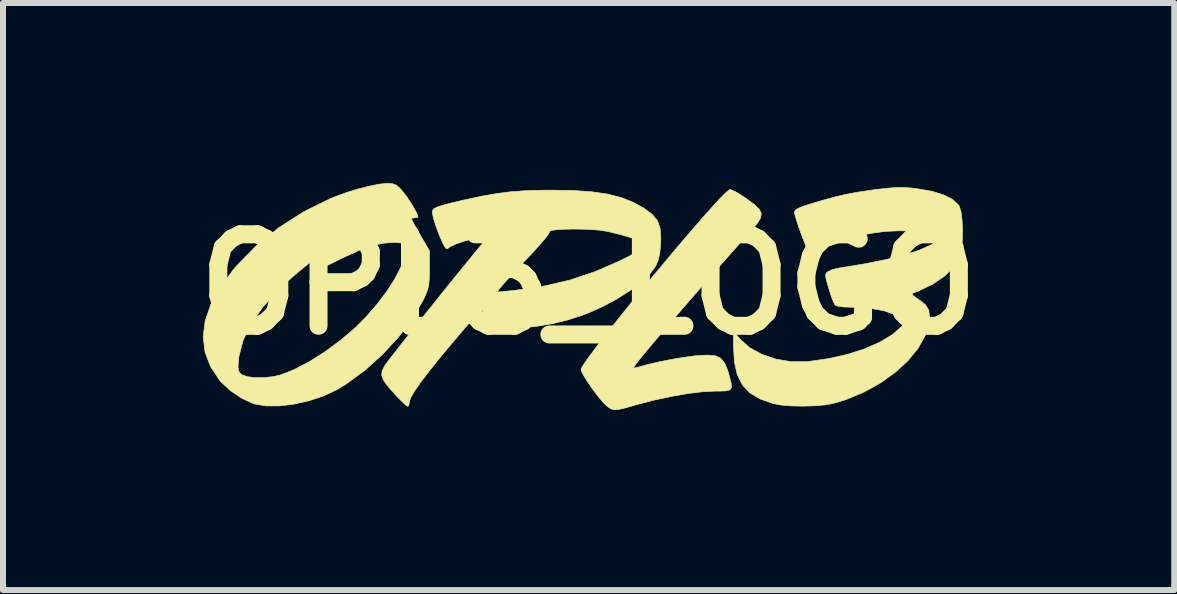
<source format=kicad_pcb>
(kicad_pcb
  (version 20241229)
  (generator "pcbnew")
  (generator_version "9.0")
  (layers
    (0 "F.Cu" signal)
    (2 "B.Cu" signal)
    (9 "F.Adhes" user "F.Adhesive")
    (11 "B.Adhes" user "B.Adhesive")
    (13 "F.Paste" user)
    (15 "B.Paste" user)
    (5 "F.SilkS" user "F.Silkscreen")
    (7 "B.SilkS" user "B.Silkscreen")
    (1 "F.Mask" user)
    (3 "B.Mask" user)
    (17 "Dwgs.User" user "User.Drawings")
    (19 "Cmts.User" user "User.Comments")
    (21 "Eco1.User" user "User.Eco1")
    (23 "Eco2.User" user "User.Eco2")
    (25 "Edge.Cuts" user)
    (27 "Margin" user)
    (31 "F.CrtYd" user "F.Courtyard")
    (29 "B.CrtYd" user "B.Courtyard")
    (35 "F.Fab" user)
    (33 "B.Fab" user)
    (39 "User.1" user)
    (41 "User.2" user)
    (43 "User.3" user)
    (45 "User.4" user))
  (footprint "OPL3_LOGO"
    (layer "F.Cu")
    (at 6.756 1.688)
    (property "Reference" "OPL3_LOGO" (at 0 0 0) (layer "F.SilkS") (effects (font (size 1.524 1.524) (thickness 0.3))))
    (attr through_hole)
    (fp_poly (pts (xy 2.399 -1.567) (xy 2.482 -1.524) (xy 2.586 -1.458) (xy 2.638 -1.422) (xy 2.763 -1.329) (xy 2.842 -1.253) (xy 2.877 -1.184) (xy 2.866 -1.109) (xy 2.811 -1.017) (xy 2.711 -0.897) (xy 2.647 -0.826) (xy 2.463 -0.621) (xy 2.27 -0.403) (xy 2.071 -0.178) (xy 1.871 0.051) (xy 1.675 0.276) (xy 1.486 0.495) (xy 1.31 0.7) (xy 1.149 0.889) (xy 1.01 1.054) (xy 0.895 1.193) (xy 0.81 1.298) (xy 0.759 1.366) (xy 0.745 1.391) (xy 0.781 1.39) (xy 0.851 1.373) (xy 0.863 1.369) (xy 1.002 1.33) (xy 1.182 1.289) (xy 1.382 1.249) (xy 1.581 1.216) (xy 1.757 1.192) (xy 1.812 1.187) (xy 1.989 1.178) (xy 2.117 1.191) (xy 2.206 1.235) (xy 2.27 1.316) (xy 2.321 1.444) (xy 2.348 1.54) (xy 2.375 1.649) (xy 2.38 1.718) (xy 2.356 1.757) (xy 2.291 1.774) (xy 2.177 1.778) (xy 2.098 1.778) (xy 1.895 1.789) (xy 1.649 1.819) (xy 1.376 1.867) (xy 1.091 1.928) (xy 0.81 2.001) (xy 0.759 2.016) (xy 0.608 2.059) (xy 0.503 2.083) (xy 0.43 2.089) (xy 0.376 2.075) (xy 0.325 2.043) (xy 0.293 2.017) (xy 0.232 1.955) (xy 0.155 1.862) (xy 0.072 1.751) (xy -0.007 1.637) (xy -0.073 1.534) (xy -0.116 1.455) (xy -0.127 1.419) (xy -0.107 1.374) (xy -0.05 1.286) (xy 0.041 1.16) (xy 0.159 1.003) (xy 0.302 0.818) (xy 0.464 0.613) (xy 0.642 0.392) (xy 0.83 0.16) (xy 1.025 -0.078) (xy 1.222 -0.315) (xy 1.416 -0.547) (xy 1.604 -0.769) (xy 1.781 -0.974) (xy 1.942 -1.158) (xy 2.083 -1.316) (xy 2.199 -1.441) (xy 2.287 -1.53) (xy 2.342 -1.575) (xy 2.353 -1.581) (xy 2.399 -1.567)) (stroke (width 0.01) (type solid)) (fill yes) (layer "F.SilkS"))
    (fp_poly (pts (xy -3.266 -1.677) (xy -3.201 -1.652) (xy -3.137 -1.595) (xy -3.103 -1.556) (xy -3.022 -1.45) (xy -2.94 -1.326) (xy -2.908 -1.27) (xy -2.861 -1.181) (xy -2.843 -1.133) (xy -2.852 -1.115) (xy -2.887 -1.111) (xy -2.887 -1.111) (xy -2.94 -1.104) (xy -2.953 -1.095) (xy -2.938 -1.062) (xy -2.898 -0.987) (xy -2.839 -0.883) (xy -2.802 -0.818) (xy -2.651 -0.559) (xy -2.651 -0.255) (xy -2.653 -0.106) (xy -2.662 0.001) (xy -2.681 0.089) (xy -2.717 0.179) (xy -2.756 0.262) (xy -2.935 0.57) (xy -3.165 0.876) (xy -3.434 1.168) (xy -3.729 1.433) (xy -4.038 1.659) (xy -4.203 1.759) (xy -4.42 1.86) (xy -4.662 1.94) (xy -4.913 1.996) (xy -5.157 2.025) (xy -5.38 2.024) (xy -5.566 1.992) (xy -5.58 1.988) (xy -5.776 1.899) (xy -5.967 1.771) (xy -6.126 1.622) (xy -6.143 1.603) (xy -6.292 1.379) (xy -5.84 1.379) (xy -5.831 1.441) (xy -5.803 1.482) (xy -5.775 1.504) (xy -5.689 1.537) (xy -5.561 1.553) (xy -5.411 1.553) (xy -5.256 1.537) (xy -5.135 1.509) (xy -4.905 1.42) (xy -4.652 1.287) (xy -4.389 1.12) (xy -4.129 0.928) (xy -3.886 0.72) (xy -3.715 0.549) (xy -3.527 0.334) (xy -3.365 0.12) (xy -3.233 -0.084) (xy -3.134 -0.273) (xy -3.073 -0.438) (xy -3.054 -0.573) (xy -3.064 -0.634) (xy -3.085 -0.671) (xy -3.129 -0.691) (xy -3.212 -0.698) (xy -3.267 -0.699) (xy -3.436 -0.684) (xy -3.625 -0.638) (xy -3.844 -0.558) (xy -4.099 -0.441) (xy -4.194 -0.394) (xy -4.371 -0.306) (xy -4.496 -0.25) (xy -4.574 -0.226) (xy -4.607 -0.234) (xy -4.598 -0.273) (xy -4.552 -0.343) (xy -4.537 -0.363) (xy -4.495 -0.423) (xy -4.481 -0.459) (xy -4.482 -0.46) (xy -4.515 -0.451) (xy -4.584 -0.406) (xy -4.682 -0.333) (xy -4.797 -0.24) (xy -4.922 -0.134) (xy -5.046 -0.024) (xy -5.16 0.084) (xy -5.163 0.087) (xy -5.423 0.372) (xy -5.619 0.652) (xy -5.754 0.927) (xy -5.825 1.197) (xy -5.834 1.274) (xy -5.84 1.379) (xy -6.292 1.379) (xy -6.298 1.37) (xy -6.391 1.126) (xy -6.421 0.872) (xy -6.388 0.607) (xy -6.293 0.332) (xy -6.135 0.046) (xy -5.915 -0.25) (xy -5.871 -0.302) (xy -5.538 -0.641) (xy -5.158 -0.947) (xy -4.742 -1.213) (xy -4.299 -1.431) (xy -4.223 -1.462) (xy -4.045 -1.527) (xy -3.854 -1.586) (xy -3.667 -1.634) (xy -3.502 -1.668) (xy -3.375 -1.682) (xy -3.36 -1.683) (xy -3.266 -1.677)) (stroke (width 0.01) (type solid)) (fill yes) (layer "F.SilkS"))
    (fp_poly (pts (xy 5.366 -1.607) (xy 5.481 -1.593) (xy 5.72 -1.551) (xy 5.917 -1.49) (xy 6.067 -1.413) (xy 6.163 -1.323) (xy 6.177 -1.299) (xy 6.205 -1.207) (xy 6.222 -1.072) (xy 6.23 -0.912) (xy 6.227 -0.746) (xy 6.214 -0.593) (xy 6.191 -0.473) (xy 6.178 -0.436) (xy 6.083 -0.286) (xy 5.934 -0.141) (xy 5.741 -0.009) (xy 5.514 0.102) (xy 5.416 0.139) (xy 5.389 0.156) (xy 5.401 0.182) (xy 5.459 0.225) (xy 5.503 0.254) (xy 5.61 0.337) (xy 5.667 0.429) (xy 5.68 0.547) (xy 5.67 0.644) (xy 5.607 0.855) (xy 5.488 1.066) (xy 5.32 1.272) (xy 5.109 1.465) (xy 4.863 1.641) (xy 4.588 1.794) (xy 4.292 1.918) (xy 4.078 1.983) (xy 3.938 2.008) (xy 3.758 2.023) (xy 3.561 2.028) (xy 3.366 2.024) (xy 3.195 2.009) (xy 3.08 1.987) (xy 2.858 1.909) (xy 2.687 1.807) (xy 2.562 1.674) (xy 2.477 1.505) (xy 2.429 1.292) (xy 2.414 1.028) (xy 2.413 1.018) (xy 2.413 0.782) (xy 2.525 0.914) (xy 2.682 1.053) (xy 2.885 1.165) (xy 3.119 1.244) (xy 3.37 1.287) (xy 3.626 1.288) (xy 3.651 1.286) (xy 3.993 1.237) (xy 4.314 1.165) (xy 4.606 1.071) (xy 4.86 0.958) (xy 5.068 0.832) (xy 5.223 0.693) (xy 5.229 0.685) (xy 5.311 0.589) (xy 5.156 0.521) (xy 4.913 0.437) (xy 4.646 0.392) (xy 4.4 0.381) (xy 4.241 0.376) (xy 4.14 0.36) (xy 4.103 0.341) (xy 4.079 0.293) (xy 4.044 0.202) (xy 4.007 0.086) (xy 4.001 0.065) (xy 3.966 -0.054) (xy 3.95 -0.128) (xy 3.951 -0.171) (xy 3.969 -0.198) (xy 3.987 -0.212) (xy 4.057 -0.245) (xy 4.15 -0.269) (xy 4.157 -0.27) (xy 4.585 -0.34) (xy 4.951 -0.413) (xy 5.257 -0.489) (xy 5.505 -0.569) (xy 5.698 -0.654) (xy 5.79 -0.709) (xy 5.882 -0.772) (xy 5.8 -0.815) (xy 5.699 -0.849) (xy 5.549 -0.874) (xy 5.368 -0.889) (xy 5.169 -0.893) (xy 4.968 -0.884) (xy 4.948 -0.883) (xy 4.74 -0.856) (xy 4.501 -0.813) (xy 4.254 -0.758) (xy 4.023 -0.696) (xy 3.831 -0.633) (xy 3.827 -0.632) (xy 3.735 -0.603) (xy 3.667 -0.591) (xy 3.646 -0.596) (xy 3.622 -0.639) (xy 3.586 -0.726) (xy 3.543 -0.839) (xy 3.499 -0.961) (xy 3.462 -1.074) (xy 3.437 -1.162) (xy 3.429 -1.204) (xy 3.444 -1.236) (xy 3.495 -1.269) (xy 3.592 -1.307) (xy 3.707 -1.344) (xy 3.94 -1.413) (xy 4.135 -1.465) (xy 4.312 -1.505) (xy 4.492 -1.538) (xy 4.695 -1.568) (xy 4.772 -1.579) (xy 4.961 -1.601) (xy 5.109 -1.613) (xy 5.237 -1.615) (xy 5.366 -1.607)) (stroke (width 0.01) (type solid)) (fill yes) (layer "F.SilkS"))
    (fp_poly (pts (xy -0.245 -1.564) (xy 0.06 -1.542) (xy 0.321 -1.504) (xy 0.546 -1.446) (xy 0.745 -1.367) (xy 0.925 -1.267) (xy 1.058 -1.168) (xy 1.144 -1.066) (xy 1.19 -0.943) (xy 1.203 -0.785) (xy 1.201 -0.688) (xy 1.186 -0.521) (xy 1.158 -0.398) (xy 1.115 -0.299) (xy 1.02 -0.173) (xy 0.874 -0.036) (xy 0.688 0.104) (xy 0.473 0.241) (xy 0.239 0.367) (xy -0.003 0.475) (xy -0.091 0.509) (xy -0.348 0.593) (xy -0.599 0.654) (xy -0.868 0.699) (xy -1.165 0.729) (xy -1.365 0.742) (xy -1.511 0.743) (xy -1.612 0.727) (xy -1.677 0.694) (xy -1.715 0.641) (xy -1.734 0.577) (xy -1.744 0.514) (xy -1.753 0.468) (xy -1.766 0.441) (xy -1.789 0.439) (xy -1.826 0.465) (xy -1.883 0.522) (xy -1.965 0.615) (xy -2.078 0.747) (xy -2.226 0.922) (xy -2.257 0.959) (xy -2.475 1.219) (xy -2.656 1.445) (xy -2.799 1.633) (xy -2.903 1.783) (xy -2.965 1.891) (xy -2.985 1.954) (xy -2.995 2.013) (xy -3.013 2.032) (xy -3.046 2.01) (xy -3.11 1.951) (xy -3.194 1.866) (xy -3.236 1.82) (xy -3.349 1.692) (xy -3.418 1.595) (xy -3.447 1.516) (xy -3.44 1.442) (xy -3.401 1.363) (xy -3.377 1.327) (xy -3.336 1.271) (xy -3.26 1.173) (xy -3.155 1.04) (xy -3.028 0.879) (xy -2.883 0.697) (xy -2.727 0.501) (xy -2.565 0.299) (xy -2.425 0.124) (xy -1.521 0.124) (xy -1.519 0.127) (xy -1.47 0.123) (xy -1.375 0.114) (xy -1.25 0.101) (xy -1.191 0.094) (xy -0.728 0.025) (xy -0.305 -0.074) (xy 0.101 -0.21) (xy 0.492 -0.379) (xy 0.686 -0.475) (xy 0.824 -0.553) (xy 0.907 -0.614) (xy 0.939 -0.661) (xy 0.924 -0.695) (xy 0.921 -0.698) (xy 0.859 -0.726) (xy 0.753 -0.764) (xy 0.616 -0.805) (xy 0.468 -0.846) (xy 0.322 -0.88) (xy 0.292 -0.886) (xy 0.183 -0.903) (xy 0.047 -0.914) (xy -0.104 -0.92) (xy -0.258 -0.922) (xy -0.401 -0.919) (xy -0.522 -0.912) (xy -0.609 -0.901) (xy -0.648 -0.885) (xy -0.649 -0.879) (xy -0.665 -0.843) (xy -0.721 -0.769) (xy -0.811 -0.663) (xy -0.931 -0.531) (xy -1.075 -0.378) (xy -1.097 -0.355) (xy -1.232 -0.213) (xy -1.348 -0.087) (xy -1.439 0.015) (xy -1.498 0.088) (xy -1.521 0.124) (xy -2.425 0.124) (xy -2.403 0.097) (xy -2.247 -0.097) (xy -2.101 -0.276) (xy -1.973 -0.433) (xy -1.868 -0.561) (xy -1.825 -0.613) (xy -1.74 -0.715) (xy -1.693 -0.777) (xy -1.679 -0.808) (xy -1.695 -0.815) (xy -1.735 -0.808) (xy -1.918 -0.764) (xy -2.081 -0.717) (xy -2.212 -0.672) (xy -2.297 -0.633) (xy -2.318 -0.619) (xy -2.353 -0.594) (xy -2.381 -0.603) (xy -2.414 -0.657) (xy -2.437 -0.705) (xy -2.496 -0.842) (xy -2.547 -0.981) (xy -2.585 -1.104) (xy -2.603 -1.192) (xy -2.603 -1.205) (xy -2.597 -1.236) (xy -2.573 -1.262) (xy -2.522 -1.288) (xy -2.437 -1.317) (xy -2.308 -1.351) (xy -2.128 -1.394) (xy -2.064 -1.409) (xy -1.784 -1.469) (xy -1.536 -1.513) (xy -1.299 -1.543) (xy -1.052 -1.561) (xy -0.774 -1.569) (xy -0.603 -1.57) (xy -0.245 -1.564)) (stroke (width 0.01) (type solid)) (fill yes) (layer "F.SilkS")))
  (gr_rect
    (start -3 -3)
    (end 16.513 6.781)
    (stroke (width 0.1) (type default))
    (fill no)
    (layer "Edge.Cuts")))
</source>
